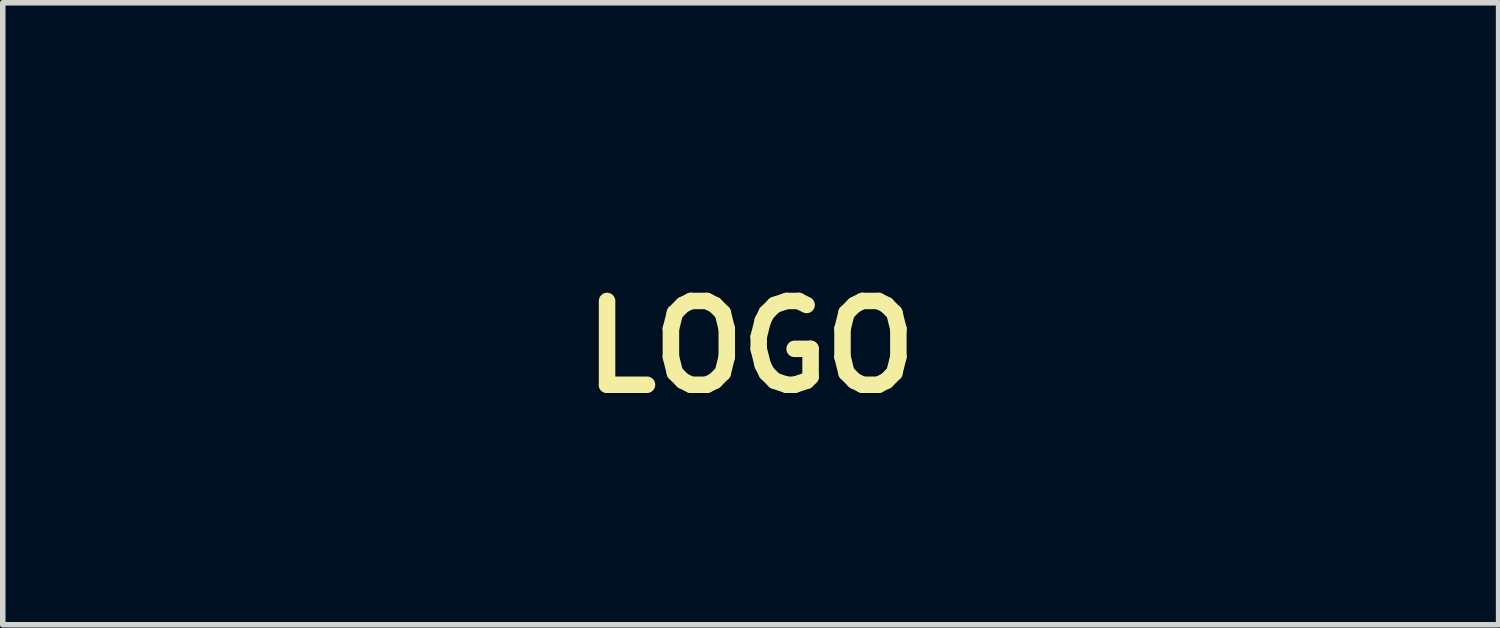
<source format=kicad_pcb>
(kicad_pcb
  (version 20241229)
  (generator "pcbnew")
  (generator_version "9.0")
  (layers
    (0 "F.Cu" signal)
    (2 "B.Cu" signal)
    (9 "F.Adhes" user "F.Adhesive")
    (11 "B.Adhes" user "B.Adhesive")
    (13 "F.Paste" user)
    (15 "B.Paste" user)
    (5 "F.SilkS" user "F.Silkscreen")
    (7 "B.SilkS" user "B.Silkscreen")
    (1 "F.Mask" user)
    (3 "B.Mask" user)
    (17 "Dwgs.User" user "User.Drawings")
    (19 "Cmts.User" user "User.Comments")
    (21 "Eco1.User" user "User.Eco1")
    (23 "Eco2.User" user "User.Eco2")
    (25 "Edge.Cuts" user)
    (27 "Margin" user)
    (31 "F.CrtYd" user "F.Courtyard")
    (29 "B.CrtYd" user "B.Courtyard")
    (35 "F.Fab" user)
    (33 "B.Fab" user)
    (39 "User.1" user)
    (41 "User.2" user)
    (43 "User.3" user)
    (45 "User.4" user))
  (footprint "LOGO"
    (layer "F.Cu")
    (at 10.603 3.258)
    (property "Reference" "LOGO" (at 0 0 0) (layer "F.SilkS") (effects (font (size 1.524 1.524) (thickness 0.3))))
    (attr through_hole)
    (fp_poly (pts (xy 3.112 0.32) (xy 3.19 0.374) (xy 3.239 0.452) (xy 3.253 0.548) (xy 3.246 0.591) (xy 3.203 0.677) (xy 3.133 0.736) (xy 3.046 0.764) (xy 2.953 0.758) (xy 2.865 0.717) (xy 2.836 0.692) (xy 2.792 0.643) (xy 2.774 0.598) (xy 2.775 0.535) (xy 2.777 0.513) (xy 2.806 0.409) (xy 2.866 0.339) (xy 2.955 0.305) (xy 3.011 0.3) (xy 3.112 0.32)) (stroke (width 0.01) (type solid)) (fill yes) (layer "F.Mask"))
    (fp_poly (pts (xy 3.981 -1.981) (xy 4.045 -1.967) (xy 4.074 -1.95) (xy 4.082 -1.938) (xy 4.088 -1.917) (xy 4.094 -1.883) (xy 4.098 -1.833) (xy 4.102 -1.763) (xy 4.105 -1.67) (xy 4.107 -1.549) (xy 4.108 -1.399) (xy 4.109 -1.214) (xy 4.11 -0.991) (xy 4.11 -0.728) (xy 4.11 -0.612) (xy 4.11 -0.331) (xy 4.11 -0.093) (xy 4.109 0.107) (xy 4.108 0.27) (xy 4.106 0.402) (xy 4.103 0.506) (xy 4.1 0.584) (xy 4.096 0.642) (xy 4.091 0.681) (xy 4.084 0.707) (xy 4.077 0.722) (xy 4.074 0.726) (xy 4.033 0.748) (xy 3.96 0.76) (xy 3.879 0.762) (xy 3.778 0.758) (xy 3.713 0.744) (xy 3.685 0.726) (xy 3.677 0.714) (xy 3.67 0.693) (xy 3.665 0.659) (xy 3.66 0.609) (xy 3.656 0.539) (xy 3.654 0.446) (xy 3.652 0.326) (xy 3.65 0.175) (xy 3.649 -0.01) (xy 3.649 -0.233) (xy 3.648 -0.496) (xy 3.648 -0.612) (xy 3.648 -0.893) (xy 3.649 -1.131) (xy 3.65 -1.33) (xy 3.651 -1.494) (xy 3.653 -1.626) (xy 3.655 -1.729) (xy 3.659 -1.808) (xy 3.663 -1.865) (xy 3.668 -1.905) (xy 3.674 -1.931) (xy 3.681 -1.946) (xy 3.685 -1.95) (xy 3.726 -1.972) (xy 3.798 -1.983) (xy 3.879 -1.986) (xy 3.981 -1.981)) (stroke (width 0.01) (type solid)) (fill yes) (layer "F.Mask"))
    (fp_poly (pts (xy -2.124 -1.986) (xy -1.913 -1.986) (xy -1.743 -1.986) (xy -1.61 -1.984) (xy -1.51 -1.979) (xy -1.438 -1.97) (xy -1.389 -1.955) (xy -1.36 -1.933) (xy -1.344 -1.903) (xy -1.339 -1.863) (xy -1.339 -1.813) (xy -1.339 -1.761) (xy -1.342 -1.671) (xy -1.355 -1.608) (xy -1.386 -1.568) (xy -1.442 -1.545) (xy -1.53 -1.533) (xy -1.649 -1.528) (xy -1.893 -1.52) (xy -1.893 -0.407) (xy -1.894 -0.133) (xy -1.895 0.098) (xy -1.896 0.287) (xy -1.899 0.44) (xy -1.902 0.557) (xy -1.906 0.642) (xy -1.912 0.699) (xy -1.918 0.729) (xy -1.921 0.734) (xy -1.96 0.749) (xy -2.036 0.759) (xy -2.128 0.762) (xy -2.221 0.76) (xy -2.279 0.754) (xy -2.312 0.741) (xy -2.331 0.718) (xy -2.331 0.717) (xy -2.338 0.682) (xy -2.343 0.601) (xy -2.347 0.477) (xy -2.351 0.309) (xy -2.353 0.1) (xy -2.355 -0.15) (xy -2.355 -0.426) (xy -2.355 -1.524) (xy -2.581 -1.524) (xy -2.71 -1.526) (xy -2.801 -1.536) (xy -2.859 -1.559) (xy -2.892 -1.599) (xy -2.906 -1.661) (xy -2.909 -1.746) (xy -2.91 -1.811) (xy -2.91 -1.863) (xy -2.904 -1.903) (xy -2.887 -1.934) (xy -2.855 -1.956) (xy -2.804 -1.971) (xy -2.729 -1.98) (xy -2.626 -1.984) (xy -2.489 -1.986) (xy -2.315 -1.986) (xy -2.124 -1.986)) (stroke (width 0.01) (type solid)) (fill yes) (layer "F.Mask"))
    (fp_poly (pts (xy -7.414 -1.952) (xy -7.256 -1.914) (xy -7.116 -1.84) (xy -7.035 -1.777) (xy -6.956 -1.693) (xy -6.889 -1.596) (xy -6.837 -1.493) (xy -6.803 -1.394) (xy -6.79 -1.307) (xy -6.801 -1.239) (xy -6.833 -1.202) (xy -6.88 -1.189) (xy -6.954 -1.18) (xy -7.018 -1.178) (xy -7.113 -1.183) (xy -7.178 -1.205) (xy -7.228 -1.253) (xy -7.278 -1.335) (xy -7.349 -1.423) (xy -7.443 -1.478) (xy -7.549 -1.498) (xy -7.656 -1.479) (xy -7.715 -1.448) (xy -7.758 -1.417) (xy -7.793 -1.386) (xy -7.82 -1.347) (xy -7.841 -1.298) (xy -7.855 -1.231) (xy -7.865 -1.142) (xy -7.87 -1.025) (xy -7.873 -0.875) (xy -7.874 -0.687) (xy -7.874 -0.588) (xy -7.874 -0.38) (xy -7.872 -0.213) (xy -7.868 -0.081) (xy -7.859 0.021) (xy -7.846 0.097) (xy -7.827 0.153) (xy -7.801 0.194) (xy -7.766 0.226) (xy -7.721 0.253) (xy -7.68 0.275) (xy -7.611 0.306) (xy -7.561 0.317) (xy -7.508 0.31) (xy -7.476 0.301) (xy -7.406 0.269) (xy -7.337 0.221) (xy -7.282 0.167) (xy -7.252 0.118) (xy -7.251 0.105) (xy -7.229 0.053) (xy -7.166 0.018) (xy -7.061 0.002) (xy -7.005 0) (xy -6.903 0.004) (xy -6.838 0.019) (xy -6.803 0.051) (xy -6.79 0.104) (xy -6.789 0.139) (xy -6.809 0.246) (xy -6.863 0.363) (xy -6.944 0.48) (xy -7.045 0.587) (xy -7.158 0.674) (xy -7.24 0.719) (xy -7.344 0.751) (xy -7.472 0.771) (xy -7.604 0.776) (xy -7.719 0.766) (xy -7.742 0.761) (xy -7.913 0.695) (xy -8.065 0.59) (xy -8.19 0.452) (xy -8.263 0.327) (xy -8.324 0.196) (xy -8.324 -1.397) (xy -8.26 -1.527) (xy -8.17 -1.667) (xy -8.046 -1.793) (xy -7.904 -1.89) (xy -7.894 -1.896) (xy -7.814 -1.928) (xy -7.717 -1.947) (xy -7.597 -1.958) (xy -7.414 -1.952)) (stroke (width 0.01) (type solid)) (fill yes) (layer "F.Mask"))
    (fp_poly (pts (xy -3.965 -1.972) (xy -3.884 -1.964) (xy -3.815 -1.946) (xy -3.744 -1.916) (xy -3.741 -1.914) (xy -3.637 -1.857) (xy -3.552 -1.793) (xy -3.491 -1.73) (xy -3.464 -1.675) (xy -3.464 -1.667) (xy -3.477 -1.625) (xy -3.513 -1.563) (xy -3.557 -1.503) (xy -3.627 -1.426) (xy -3.691 -1.39) (xy -3.759 -1.393) (xy -3.843 -1.433) (xy -3.879 -1.457) (xy -3.949 -1.5) (xy -4.008 -1.519) (xy -4.077 -1.519) (xy -4.094 -1.518) (xy -4.205 -1.489) (xy -4.289 -1.429) (xy -4.341 -1.345) (xy -4.356 -1.247) (xy -4.333 -1.149) (xy -4.307 -1.096) (xy -4.272 -1.058) (xy -4.22 -1.03) (xy -4.141 -1.007) (xy -4.027 -0.984) (xy -4.006 -0.981) (xy -3.786 -0.923) (xy -3.599 -0.834) (xy -3.445 -0.713) (xy -3.323 -0.56) (xy -3.272 -0.464) (xy -3.236 -0.382) (xy -3.215 -0.31) (xy -3.205 -0.232) (xy -3.202 -0.127) (xy -3.202 -0.118) (xy -3.205 -0.013) (xy -3.214 0.086) (xy -3.225 0.161) (xy -3.228 0.173) (xy -3.295 0.333) (xy -3.397 0.48) (xy -3.525 0.606) (xy -3.671 0.7) (xy -3.741 0.729) (xy -3.842 0.754) (xy -3.969 0.77) (xy -4.104 0.776) (xy -4.232 0.773) (xy -4.333 0.757) (xy -4.343 0.755) (xy -4.517 0.683) (xy -4.676 0.572) (xy -4.752 0.499) (xy -4.817 0.421) (xy -4.846 0.358) (xy -4.839 0.3) (xy -4.794 0.24) (xy -4.711 0.166) (xy -4.705 0.162) (xy -4.64 0.114) (xy -4.585 0.08) (xy -4.556 0.069) (xy -4.524 0.084) (xy -4.47 0.123) (xy -4.412 0.174) (xy -4.295 0.258) (xy -4.171 0.306) (xy -4.045 0.318) (xy -3.927 0.296) (xy -3.823 0.242) (xy -3.739 0.158) (xy -3.684 0.044) (xy -3.676 0.01) (xy -3.662 -0.131) (xy -3.685 -0.251) (xy -3.748 -0.351) (xy -3.851 -0.431) (xy -3.996 -0.494) (xy -4.174 -0.539) (xy -4.374 -0.592) (xy -4.534 -0.67) (xy -4.658 -0.774) (xy -4.744 -0.905) (xy -4.796 -1.064) (xy -4.813 -1.247) (xy -4.802 -1.414) (xy -4.764 -1.554) (xy -4.694 -1.678) (xy -4.614 -1.771) (xy -4.502 -1.866) (xy -4.38 -1.929) (xy -4.239 -1.964) (xy -4.076 -1.974) (xy -3.965 -1.972)) (stroke (width 0.01) (type solid)) (fill yes) (layer "F.Mask"))
    (fp_poly (pts (xy -5.472 -1.962) (xy -5.356 -1.958) (xy -5.272 -1.95) (xy -5.215 -1.936) (xy -5.179 -1.915) (xy -5.159 -1.884) (xy -5.151 -1.843) (xy -5.149 -1.79) (xy -5.149 -1.746) (xy -5.15 -1.67) (xy -5.157 -1.613) (xy -5.175 -1.574) (xy -5.212 -1.548) (xy -5.273 -1.533) (xy -5.364 -1.525) (xy -5.492 -1.521) (xy -5.581 -1.519) (xy -5.74 -1.515) (xy -5.856 -1.509) (xy -5.934 -1.5) (xy -5.977 -1.488) (xy -5.985 -1.483) (xy -6.006 -1.438) (xy -6.019 -1.363) (xy -6.025 -1.271) (xy -6.022 -1.178) (xy -6.012 -1.099) (xy -5.994 -1.05) (xy -5.979 -1.029) (xy -5.96 -1.013) (xy -5.931 -1.003) (xy -5.885 -0.997) (xy -5.813 -0.994) (xy -5.708 -0.993) (xy -5.599 -0.993) (xy -5.444 -0.992) (xy -5.33 -0.987) (xy -5.25 -0.975) (xy -5.198 -0.953) (xy -5.167 -0.917) (xy -5.153 -0.866) (xy -5.149 -0.795) (xy -5.149 -0.767) (xy -5.151 -0.685) (xy -5.159 -0.625) (xy -5.181 -0.583) (xy -5.221 -0.556) (xy -5.287 -0.54) (xy -5.385 -0.533) (xy -5.519 -0.531) (xy -5.588 -0.531) (xy -5.74 -0.531) (xy -5.853 -0.528) (xy -5.931 -0.515) (xy -5.982 -0.488) (xy -6.01 -0.44) (xy -6.023 -0.367) (xy -6.027 -0.263) (xy -6.027 -0.135) (xy -6.025 -0.018) (xy -6.02 0.087) (xy -6.014 0.168) (xy -6.005 0.215) (xy -6.005 0.216) (xy -5.983 0.274) (xy -5.599 0.281) (xy -5.444 0.285) (xy -5.33 0.29) (xy -5.25 0.302) (xy -5.198 0.322) (xy -5.168 0.354) (xy -5.154 0.401) (xy -5.15 0.467) (xy -5.149 0.522) (xy -5.149 0.585) (xy -5.152 0.634) (xy -5.164 0.672) (xy -5.188 0.699) (xy -5.231 0.718) (xy -5.297 0.729) (xy -5.39 0.736) (xy -5.517 0.738) (xy -5.681 0.739) (xy -5.816 0.739) (xy -6.016 0.738) (xy -6.172 0.736) (xy -6.29 0.732) (xy -6.371 0.727) (xy -6.42 0.719) (xy -6.438 0.711) (xy -6.444 0.682) (xy -6.45 0.612) (xy -6.454 0.506) (xy -6.458 0.37) (xy -6.462 0.207) (xy -6.464 0.024) (xy -6.466 -0.175) (xy -6.467 -0.384) (xy -6.468 -0.599) (xy -6.467 -0.814) (xy -6.466 -1.025) (xy -6.465 -1.225) (xy -6.462 -1.41) (xy -6.459 -1.576) (xy -6.455 -1.716) (xy -6.45 -1.826) (xy -6.445 -1.9) (xy -6.439 -1.934) (xy -6.438 -1.935) (xy -6.414 -1.944) (xy -6.359 -1.952) (xy -6.272 -1.957) (xy -6.148 -1.96) (xy -5.984 -1.962) (xy -5.816 -1.963) (xy -5.623 -1.963) (xy -5.472 -1.962)) (stroke (width 0.01) (type solid)) (fill yes) (layer "F.Mask"))
    (fp_poly (pts (xy -0.022 -1.962) (xy 0.093 -1.958) (xy 0.177 -1.95) (xy 0.235 -1.936) (xy 0.271 -1.915) (xy 0.291 -1.884) (xy 0.299 -1.843) (xy 0.3 -1.79) (xy 0.3 -1.746) (xy 0.299 -1.67) (xy 0.293 -1.613) (xy 0.274 -1.574) (xy 0.238 -1.548) (xy 0.177 -1.533) (xy 0.086 -1.525) (xy -0.042 -1.521) (xy -0.132 -1.519) (xy -0.291 -1.515) (xy -0.407 -1.509) (xy -0.485 -1.5) (xy -0.527 -1.488) (xy -0.535 -1.483) (xy -0.556 -1.438) (xy -0.569 -1.363) (xy -0.575 -1.271) (xy -0.573 -1.178) (xy -0.562 -1.099) (xy -0.545 -1.05) (xy -0.529 -1.029) (xy -0.511 -1.013) (xy -0.482 -1.003) (xy -0.435 -0.997) (xy -0.363 -0.994) (xy -0.258 -0.993) (xy -0.15 -0.993) (xy 0.005 -0.992) (xy 0.119 -0.987) (xy 0.2 -0.975) (xy 0.252 -0.953) (xy 0.282 -0.917) (xy 0.296 -0.866) (xy 0.3 -0.795) (xy 0.3 -0.767) (xy 0.299 -0.685) (xy 0.29 -0.625) (xy 0.269 -0.583) (xy 0.228 -0.556) (xy 0.162 -0.54) (xy 0.065 -0.533) (xy -0.07 -0.531) (xy -0.139 -0.531) (xy -0.291 -0.531) (xy -0.403 -0.528) (xy -0.482 -0.515) (xy -0.532 -0.488) (xy -0.561 -0.44) (xy -0.574 -0.367) (xy -0.577 -0.263) (xy -0.577 -0.135) (xy -0.576 -0.018) (xy -0.571 0.087) (xy -0.564 0.168) (xy -0.556 0.215) (xy -0.555 0.216) (xy -0.533 0.274) (xy -0.149 0.281) (xy 0.005 0.285) (xy 0.119 0.29) (xy 0.199 0.302) (xy 0.252 0.322) (xy 0.282 0.354) (xy 0.296 0.401) (xy 0.3 0.467) (xy 0.3 0.522) (xy 0.3 0.585) (xy 0.297 0.634) (xy 0.286 0.672) (xy 0.261 0.699) (xy 0.219 0.718) (xy 0.153 0.729) (xy 0.059 0.736) (xy -0.067 0.738) (xy -0.232 0.739) (xy -0.366 0.739) (xy -0.566 0.738) (xy -0.723 0.736) (xy -0.84 0.732) (xy -0.922 0.727) (xy -0.97 0.719) (xy -0.988 0.711) (xy -0.995 0.682) (xy -1 0.612) (xy -1.005 0.506) (xy -1.009 0.37) (xy -1.012 0.207) (xy -1.015 0.024) (xy -1.017 -0.175) (xy -1.018 -0.384) (xy -1.018 -0.599) (xy -1.018 -0.814) (xy -1.017 -1.025) (xy -1.015 -1.225) (xy -1.013 -1.41) (xy -1.009 -1.576) (xy -1.005 -1.716) (xy -1.001 -1.826) (xy -0.995 -1.9) (xy -0.989 -1.934) (xy -0.988 -1.935) (xy -0.964 -1.944) (xy -0.91 -1.952) (xy -0.822 -1.957) (xy -0.698 -1.96) (xy -0.534 -1.962) (xy -0.366 -1.963) (xy -0.174 -1.963) (xy -0.022 -1.962)) (stroke (width 0.01) (type solid)) (fill yes) (layer "F.Mask"))
    (fp_poly (pts (xy 7.637 -2.018) (xy 7.719 -2.008) (xy 7.791 -1.987) (xy 7.854 -1.959) (xy 8.012 -1.861) (xy 8.144 -1.728) (xy 8.24 -1.574) (xy 8.301 -1.443) (xy 8.308 -0.673) (xy 8.31 -0.462) (xy 8.311 -0.291) (xy 8.311 -0.156) (xy 8.309 -0.049) (xy 8.306 0.033) (xy 8.301 0.098) (xy 8.294 0.15) (xy 8.284 0.196) (xy 8.272 0.24) (xy 8.268 0.254) (xy 8.194 0.419) (xy 8.082 0.563) (xy 7.936 0.679) (xy 7.894 0.704) (xy 7.824 0.738) (xy 7.76 0.76) (xy 7.683 0.772) (xy 7.579 0.778) (xy 7.562 0.779) (xy 7.42 0.778) (xy 7.313 0.766) (xy 7.271 0.755) (xy 7.104 0.669) (xy 6.959 0.549) (xy 6.844 0.403) (xy 6.803 0.326) (xy 6.791 0.297) (xy 6.78 0.266) (xy 6.772 0.23) (xy 6.766 0.182) (xy 6.761 0.119) (xy 6.758 0.035) (xy 6.756 -0.075) (xy 6.755 -0.216) (xy 6.754 -0.393) (xy 6.754 -0.611) (xy 6.754 -0.618) (xy 7.204 -0.618) (xy 7.205 -0.42) (xy 7.206 -0.263) (xy 7.208 -0.141) (xy 7.211 -0.048) (xy 7.216 0.02) (xy 7.223 0.07) (xy 7.232 0.106) (xy 7.243 0.134) (xy 7.245 0.138) (xy 7.311 0.227) (xy 7.402 0.291) (xy 7.504 0.322) (xy 7.528 0.323) (xy 7.617 0.307) (xy 7.692 0.271) (xy 7.734 0.241) (xy 7.769 0.211) (xy 7.796 0.175) (xy 7.816 0.129) (xy 7.831 0.067) (xy 7.84 -0.016) (xy 7.845 -0.124) (xy 7.848 -0.264) (xy 7.847 -0.439) (xy 7.846 -0.647) (xy 7.844 -0.846) (xy 7.842 -1.004) (xy 7.839 -1.127) (xy 7.836 -1.219) (xy 7.832 -1.287) (xy 7.825 -1.335) (xy 7.817 -1.369) (xy 7.806 -1.394) (xy 7.793 -1.416) (xy 7.788 -1.423) (xy 7.702 -1.508) (xy 7.598 -1.554) (xy 7.487 -1.559) (xy 7.376 -1.521) (xy 7.34 -1.499) (xy 7.303 -1.471) (xy 7.274 -1.44) (xy 7.251 -1.403) (xy 7.234 -1.353) (xy 7.221 -1.286) (xy 7.213 -1.195) (xy 7.208 -1.077) (xy 7.205 -0.926) (xy 7.204 -0.736) (xy 7.204 -0.618) (xy 6.754 -0.618) (xy 6.754 -0.623) (xy 6.754 -0.843) (xy 6.755 -1.021) (xy 6.755 -1.163) (xy 6.757 -1.274) (xy 6.76 -1.359) (xy 6.765 -1.422) (xy 6.771 -1.47) (xy 6.779 -1.505) (xy 6.789 -1.535) (xy 6.802 -1.563) (xy 6.807 -1.573) (xy 6.908 -1.733) (xy 7.035 -1.858) (xy 7.176 -1.944) (xy 7.26 -1.983) (xy 7.329 -2.006) (xy 7.402 -2.017) (xy 7.498 -2.02) (xy 7.527 -2.02) (xy 7.637 -2.018)) (stroke (width 0.01) (type solid)) (fill yes) (layer "F.Mask"))
    (fp_poly (pts (xy 6.203 -1.981) (xy 6.275 -1.968) (xy 6.314 -1.95) (xy 6.322 -1.938) (xy 6.328 -1.917) (xy 6.334 -1.883) (xy 6.338 -1.833) (xy 6.342 -1.763) (xy 6.345 -1.669) (xy 6.347 -1.549) (xy 6.348 -1.397) (xy 6.349 -1.212) (xy 6.35 -0.989) (xy 6.35 -0.724) (xy 6.35 -0.62) (xy 6.35 -0.302) (xy 6.348 -0.025) (xy 6.346 0.209) (xy 6.343 0.4) (xy 6.339 0.546) (xy 6.335 0.649) (xy 6.329 0.706) (xy 6.326 0.717) (xy 6.289 0.744) (xy 6.221 0.761) (xy 6.139 0.766) (xy 6.056 0.76) (xy 5.987 0.744) (xy 5.953 0.722) (xy 5.933 0.692) (xy 5.893 0.628) (xy 5.837 0.533) (xy 5.767 0.414) (xy 5.686 0.275) (xy 5.598 0.121) (xy 5.541 0.023) (xy 5.449 -0.138) (xy 5.362 -0.287) (xy 5.284 -0.42) (xy 5.218 -0.531) (xy 5.166 -0.615) (xy 5.132 -0.667) (xy 5.121 -0.681) (xy 5.088 -0.712) (xy 5.067 -0.71) (xy 5.044 -0.683) (xy 5.034 -0.662) (xy 5.026 -0.625) (xy 5.02 -0.569) (xy 5.016 -0.488) (xy 5.013 -0.377) (xy 5.011 -0.231) (xy 5.011 -0.046) (xy 5.011 0.034) (xy 5.01 0.247) (xy 5.008 0.416) (xy 5.005 0.546) (xy 5 0.639) (xy 4.994 0.7) (xy 4.986 0.73) (xy 4.983 0.734) (xy 4.944 0.749) (xy 4.868 0.759) (xy 4.775 0.762) (xy 4.684 0.761) (xy 4.628 0.756) (xy 4.597 0.745) (xy 4.58 0.723) (xy 4.571 0.701) (xy 4.566 0.663) (xy 4.561 0.581) (xy 4.558 0.456) (xy 4.555 0.29) (xy 4.554 0.084) (xy 4.553 -0.16) (xy 4.553 -0.439) (xy 4.554 -0.65) (xy 4.556 -0.931) (xy 4.557 -1.169) (xy 4.559 -1.368) (xy 4.561 -1.531) (xy 4.564 -1.661) (xy 4.567 -1.763) (xy 4.571 -1.84) (xy 4.575 -1.895) (xy 4.581 -1.931) (xy 4.587 -1.953) (xy 4.595 -1.963) (xy 4.595 -1.963) (xy 4.652 -1.981) (xy 4.732 -1.987) (xy 4.82 -1.981) (xy 4.895 -1.966) (xy 4.936 -1.945) (xy 4.958 -1.916) (xy 5 -1.852) (xy 5.059 -1.757) (xy 5.131 -1.637) (xy 5.213 -1.497) (xy 5.303 -1.343) (xy 5.367 -1.231) (xy 5.46 -1.07) (xy 5.547 -0.92) (xy 5.625 -0.788) (xy 5.691 -0.678) (xy 5.743 -0.594) (xy 5.776 -0.543) (xy 5.788 -0.528) (xy 5.82 -0.512) (xy 5.849 -0.532) (xy 5.856 -0.542) (xy 5.866 -0.564) (xy 5.873 -0.603) (xy 5.879 -0.664) (xy 5.883 -0.752) (xy 5.886 -0.871) (xy 5.888 -1.027) (xy 5.888 -1.223) (xy 5.888 -1.258) (xy 5.889 -1.47) (xy 5.891 -1.64) (xy 5.894 -1.769) (xy 5.899 -1.863) (xy 5.905 -1.923) (xy 5.913 -1.954) (xy 5.916 -1.958) (xy 5.958 -1.976) (xy 6.03 -1.985) (xy 6.117 -1.987) (xy 6.203 -1.981)) (stroke (width 0.01) (type solid)) (fill yes) (layer "F.Mask"))
    (fp_poly (pts (xy 1.393 -1.962) (xy 1.538 -1.957) (xy 1.652 -1.947) (xy 1.743 -1.93) (xy 1.818 -1.903) (xy 1.885 -1.866) (xy 1.95 -1.815) (xy 2.008 -1.764) (xy 2.116 -1.648) (xy 2.19 -1.527) (xy 2.235 -1.389) (xy 2.257 -1.222) (xy 2.258 -1.204) (xy 2.257 -1.01) (xy 2.229 -0.848) (xy 2.172 -0.706) (xy 2.136 -0.647) (xy 2.059 -0.532) (xy 2.201 -0.41) (xy 2.272 -0.349) (xy 2.331 -0.295) (xy 2.368 -0.259) (xy 2.372 -0.254) (xy 2.382 -0.219) (xy 2.39 -0.147) (xy 2.396 -0.046) (xy 2.4 0.074) (xy 2.402 0.205) (xy 2.402 0.338) (xy 2.4 0.465) (xy 2.395 0.577) (xy 2.389 0.665) (xy 2.38 0.72) (xy 2.374 0.734) (xy 2.335 0.749) (xy 2.263 0.759) (xy 2.182 0.762) (xy 2.089 0.758) (xy 2.02 0.747) (xy 1.99 0.734) (xy 1.978 0.701) (xy 1.969 0.627) (xy 1.964 0.512) (xy 1.962 0.359) (xy 1.959 0.193) (xy 1.953 0.07) (xy 1.942 -0.01) (xy 1.933 -0.038) (xy 1.901 -0.077) (xy 1.845 -0.133) (xy 1.777 -0.193) (xy 1.776 -0.194) (xy 1.646 -0.3) (xy 1.438 -0.3) (xy 1.317 -0.297) (xy 1.239 -0.287) (xy 1.205 -0.271) (xy 1.196 -0.237) (xy 1.188 -0.161) (xy 1.181 -0.049) (xy 1.176 0.097) (xy 1.173 0.238) (xy 1.17 0.404) (xy 1.167 0.529) (xy 1.162 0.619) (xy 1.155 0.68) (xy 1.147 0.717) (xy 1.136 0.736) (xy 1.131 0.739) (xy 1.092 0.75) (xy 1.022 0.758) (xy 0.935 0.762) (xy 0.93 0.762) (xy 0.841 0.76) (xy 0.786 0.753) (xy 0.755 0.738) (xy 0.74 0.717) (xy 0.734 0.683) (xy 0.729 0.602) (xy 0.724 0.477) (xy 0.721 0.308) (xy 0.718 0.096) (xy 0.717 -0.16) (xy 0.716 -0.457) (xy 0.716 -0.6) (xy 0.716 -0.916) (xy 0.717 -1.131) (xy 1.178 -1.131) (xy 1.18 -0.98) (xy 1.186 -0.874) (xy 1.196 -0.81) (xy 1.205 -0.79) (xy 1.249 -0.771) (xy 1.325 -0.761) (xy 1.417 -0.761) (xy 1.512 -0.769) (xy 1.597 -0.785) (xy 1.656 -0.807) (xy 1.732 -0.873) (xy 1.779 -0.961) (xy 1.799 -1.081) (xy 1.801 -1.136) (xy 1.786 -1.274) (xy 1.742 -1.378) (xy 1.666 -1.451) (xy 1.642 -1.465) (xy 1.582 -1.484) (xy 1.499 -1.496) (xy 1.405 -1.501) (xy 1.316 -1.499) (xy 1.244 -1.49) (xy 1.205 -1.473) (xy 1.192 -1.438) (xy 1.183 -1.36) (xy 1.179 -1.24) (xy 1.178 -1.131) (xy 0.717 -1.131) (xy 0.718 -1.19) (xy 0.72 -1.421) (xy 0.723 -1.609) (xy 0.727 -1.754) (xy 0.731 -1.854) (xy 0.737 -1.908) (xy 0.74 -1.918) (xy 0.751 -1.934) (xy 0.769 -1.945) (xy 0.801 -1.953) (xy 0.853 -1.958) (xy 0.932 -1.961) (xy 1.043 -1.962) (xy 1.194 -1.963) (xy 1.209 -1.963) (xy 1.393 -1.962)) (stroke (width 0.01) (type solid)) (fill yes) (layer "F.Mask"))
    (fp_poly (pts (xy -2.995 -3.253) (xy -2.324 -3.253) (xy -1.609 -3.252) (xy -0.849 -3.252) (xy -0.045 -3.251) (xy 0.162 -3.251) (xy 8.509 -3.244) (xy 8.731 -3.183) (xy 9.007 -3.095) (xy 9.248 -2.992) (xy 9.466 -2.868) (xy 9.671 -2.715) (xy 9.873 -2.53) (xy 10.072 -2.313) (xy 10.232 -2.097) (xy 10.361 -1.87) (xy 10.465 -1.621) (xy 10.491 -1.544) (xy 10.526 -1.429) (xy 10.553 -1.319) (xy 10.573 -1.205) (xy 10.586 -1.081) (xy 10.594 -0.937) (xy 10.596 -0.765) (xy 10.595 -0.558) (xy 10.593 -0.485) (xy 10.59 -0.309) (xy 10.586 -0.172) (xy 10.581 -0.065) (xy 10.575 0.019) (xy 10.565 0.089) (xy 10.553 0.152) (xy 10.536 0.216) (xy 10.522 0.266) (xy 10.483 0.38) (xy 10.431 0.514) (xy 10.373 0.645) (xy 10.345 0.704) (xy 10.176 0.996) (xy 9.973 1.256) (xy 9.738 1.484) (xy 9.47 1.679) (xy 9.171 1.841) (xy 8.841 1.969) (xy 8.809 1.979) (xy 8.601 2.044) (xy 0.069 2.048) (xy -0.678 2.048) (xy -1.38 2.048) (xy -2.039 2.049) (xy -2.656 2.049) (xy -3.233 2.049) (xy -3.77 2.049) (xy -4.27 2.049) (xy -4.733 2.049) (xy -5.162 2.049) (xy -5.557 2.049) (xy -5.92 2.049) (xy -6.253 2.048) (xy -6.556 2.048) (xy -6.832 2.047) (xy -7.081 2.046) (xy -7.306 2.045) (xy -7.506 2.044) (xy -7.685 2.043) (xy -7.843 2.042) (xy -7.982 2.041) (xy -8.103 2.039) (xy -8.208 2.037) (xy -8.297 2.035) (xy -8.373 2.033) (xy -8.437 2.031) (xy -8.49 2.028) (xy -8.534 2.026) (xy -8.569 2.023) (xy -8.599 2.02) (xy -8.623 2.017) (xy -8.643 2.013) (xy -8.659 2.01) (xy -8.977 1.919) (xy -9.276 1.788) (xy -9.552 1.62) (xy -9.802 1.419) (xy -10.024 1.187) (xy -10.214 0.929) (xy -10.37 0.646) (xy -10.489 0.342) (xy -10.566 0.021) (xy -10.576 -0.041) (xy -10.589 -0.164) (xy -10.596 -0.318) (xy -10.598 -0.493) (xy -10.595 -0.679) (xy -10.59 -0.813) (xy -9.997 -0.813) (xy -9.996 -0.68) (xy -9.993 -0.523) (xy -9.989 -0.353) (xy -9.984 -0.222) (xy -9.978 -0.121) (xy -9.97 -0.042) (xy -9.959 0.024) (xy -9.944 0.084) (xy -9.931 0.127) (xy -9.819 0.403) (xy -9.671 0.654) (xy -9.49 0.877) (xy -9.281 1.069) (xy -9.046 1.227) (xy -8.789 1.349) (xy -8.514 1.43) (xy -8.393 1.452) (xy -8.356 1.454) (xy -8.276 1.456) (xy -8.153 1.458) (xy -7.99 1.459) (xy -7.789 1.461) (xy -7.552 1.463) (xy -7.281 1.464) (xy -6.978 1.465) (xy -6.644 1.467) (xy -6.283 1.468) (xy -5.896 1.469) (xy -5.484 1.47) (xy -5.051 1.471) (xy -4.598 1.472) (xy -4.127 1.472) (xy -3.64 1.473) (xy -3.139 1.474) (xy -2.626 1.474) (xy -2.103 1.475) (xy -1.572 1.475) (xy -1.036 1.475) (xy -0.495 1.475) (xy 0.047 1.475) (xy 0.589 1.475) (xy 1.128 1.475) (xy 1.664 1.475) (xy 2.193 1.475) (xy 2.714 1.475) (xy 3.225 1.474) (xy 3.723 1.474) (xy 4.207 1.473) (xy 4.675 1.472) (xy 5.124 1.471) (xy 5.553 1.47) (xy 5.959 1.469) (xy 6.342 1.468) (xy 6.697 1.467) (xy 7.025 1.466) (xy 7.321 1.465) (xy 7.586 1.463) (xy 7.816 1.462) (xy 8.009 1.46) (xy 8.164 1.458) (xy 8.278 1.457) (xy 8.35 1.455) (xy 8.375 1.453) (xy 8.662 1.392) (xy 8.93 1.29) (xy 9.176 1.151) (xy 9.397 0.978) (xy 9.589 0.773) (xy 9.75 0.54) (xy 9.876 0.281) (xy 9.965 0.000196) (xy 9.989 -0.12) (xy 10.005 -0.249) (xy 10.015 -0.407) (xy 10.018 -0.579) (xy 10.014 -0.756) (xy 10.005 -0.925) (xy 9.99 -1.074) (xy 9.97 -1.191) (xy 9.965 -1.211) (xy 9.892 -1.438) (xy 9.803 -1.636) (xy 9.691 -1.817) (xy 9.548 -1.993) (xy 9.444 -2.102) (xy 9.338 -2.206) (xy 9.248 -2.284) (xy 9.162 -2.346) (xy 9.069 -2.402) (xy 9.015 -2.43) (xy 8.9 -2.485) (xy 8.774 -2.538) (xy 8.658 -2.58) (xy 8.623 -2.591) (xy 8.44 -2.644) (xy 0 -2.644) (xy -0.743 -2.644) (xy -1.441 -2.644) (xy -2.096 -2.644) (xy -2.709 -2.644) (xy -3.281 -2.644) (xy -3.814 -2.643) (xy -4.31 -2.643) (xy -4.769 -2.643) (xy -5.193 -2.643) (xy -5.584 -2.642) (xy -5.943 -2.642) (xy -6.272 -2.641) (xy -6.571 -2.64) (xy -6.842 -2.64) (xy -7.087 -2.639) (xy -7.307 -2.638) (xy -7.504 -2.637) (xy -7.679 -2.635) (xy -7.832 -2.634) (xy -7.967 -2.633) (xy -8.084 -2.631) (xy -8.184 -2.629) (xy -8.269 -2.627) (xy -8.341 -2.625) (xy -8.4 -2.623) (xy -8.449 -2.62) (xy -8.489 -2.617) (xy -8.52 -2.614) (xy -8.545 -2.611) (xy -8.565 -2.608) (xy -8.581 -2.604) (xy -8.59 -2.602) (xy -8.843 -2.51) (xy -9.088 -2.381) (xy -9.316 -2.221) (xy -9.514 -2.037) (xy -9.59 -1.95) (xy -9.691 -1.805) (xy -9.789 -1.631) (xy -9.874 -1.444) (xy -9.939 -1.262) (xy -9.955 -1.204) (xy -9.971 -1.134) (xy -9.983 -1.068) (xy -9.991 -0.999) (xy -9.995 -0.916) (xy -9.997 -0.813) (xy -10.59 -0.813) (xy -10.588 -0.865) (xy -10.577 -1.042) (xy -10.563 -1.198) (xy -10.544 -1.324) (xy -10.533 -1.377) (xy -10.428 -1.699) (xy -10.283 -1.998) (xy -10.098 -2.275) (xy -9.884 -2.519) (xy -9.714 -2.678) (xy -9.548 -2.808) (xy -9.367 -2.92) (xy -9.181 -3.015) (xy -8.944 -3.114) (xy -8.71 -3.182) (xy -8.457 -3.227) (xy -8.41 -3.233) (xy -8.372 -3.235) (xy -8.302 -3.237) (xy -8.201 -3.239) (xy -8.066 -3.241) (xy -7.898 -3.243) (xy -7.696 -3.245) (xy -7.459 -3.246) (xy -7.185 -3.248) (xy -6.876 -3.249) (xy -6.529 -3.25) (xy -6.144 -3.251) (xy -5.72 -3.251) (xy -5.257 -3.252) (xy -4.754 -3.252) (xy -4.209 -3.253) (xy -3.624 -3.253) (xy -2.995 -3.253)) (stroke (width 0.01) (type solid)) (fill yes) (layer "F.Mask")))
  (gr_rect
    (start -3 -3)
    (end 24.204 8.312)
    (stroke (width 0.1) (type default))
    (fill no)
    (layer "Edge.Cuts")))
</source>
